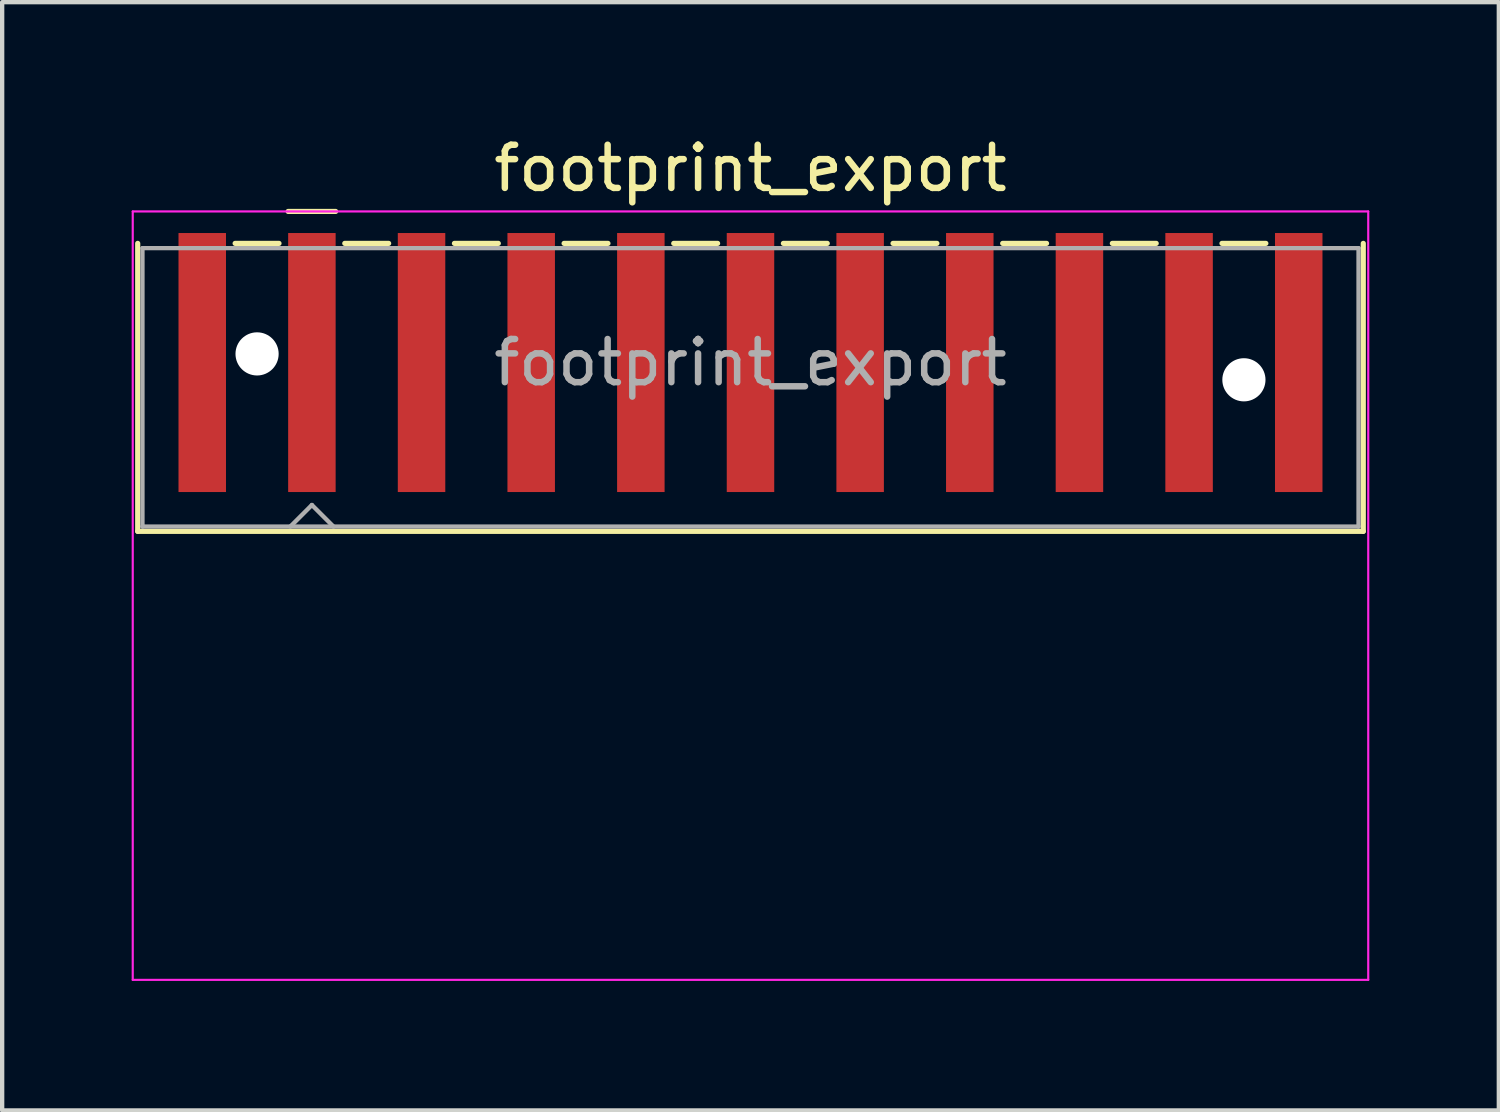
<source format=kicad_pcb>
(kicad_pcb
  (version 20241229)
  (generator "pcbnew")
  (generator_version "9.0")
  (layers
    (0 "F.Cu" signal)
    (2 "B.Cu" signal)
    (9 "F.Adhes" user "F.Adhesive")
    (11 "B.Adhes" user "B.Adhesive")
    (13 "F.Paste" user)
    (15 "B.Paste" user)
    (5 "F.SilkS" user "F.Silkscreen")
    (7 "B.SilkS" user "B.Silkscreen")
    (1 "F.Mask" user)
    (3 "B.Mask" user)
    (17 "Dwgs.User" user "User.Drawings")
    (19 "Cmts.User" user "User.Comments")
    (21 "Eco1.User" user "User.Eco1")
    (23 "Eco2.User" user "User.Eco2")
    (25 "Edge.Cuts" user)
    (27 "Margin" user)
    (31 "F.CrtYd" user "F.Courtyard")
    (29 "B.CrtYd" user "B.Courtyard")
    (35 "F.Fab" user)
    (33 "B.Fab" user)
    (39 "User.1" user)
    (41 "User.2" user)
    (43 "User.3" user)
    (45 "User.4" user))
  (footprint "footprint_export"
    (layer "F.Cu")
    (at 14.335 6.648)
    (property "Reference" "footprint_export" (at 0 -5.8 0) (layer "F.SilkS") (effects (font (size 1 1) (thickness 0.15))))
    (attr smd)
    (fp_line (start -14.195 -4.06) (end -14.195 2.61) (stroke (width 0.12) (type solid)) (layer "F.SilkS"))
    (fp_line (start -11.938 -4.06) (end -10.922 -4.06) (stroke (width 0.12) (type solid)) (layer "F.SilkS"))
    (fp_line (start -10.71 -4.8) (end -9.61 -4.8) (stroke (width 0.12) (type solid)) (layer "F.SilkS"))
    (fp_line (start -9.398 -4.06) (end -8.382 -4.06) (stroke (width 0.12) (type solid)) (layer "F.SilkS"))
    (fp_line (start -6.858 -4.06) (end -5.842 -4.06) (stroke (width 0.12) (type solid)) (layer "F.SilkS"))
    (fp_line (start -4.318 -4.06) (end -3.302 -4.06) (stroke (width 0.12) (type solid)) (layer "F.SilkS"))
    (fp_line (start -1.778 -4.06) (end -0.762 -4.06) (stroke (width 0.12) (type solid)) (layer "F.SilkS"))
    (fp_line (start 0.762 -4.06) (end 1.778 -4.06) (stroke (width 0.12) (type solid)) (layer "F.SilkS"))
    (fp_line (start 3.302 -4.06) (end 4.318 -4.06) (stroke (width 0.12) (type solid)) (layer "F.SilkS"))
    (fp_line (start 5.842 -4.06) (end 6.858 -4.06) (stroke (width 0.12) (type solid)) (layer "F.SilkS"))
    (fp_line (start 8.382 -4.06) (end 9.398 -4.06) (stroke (width 0.12) (type solid)) (layer "F.SilkS"))
    (fp_line (start 10.922 -4.06) (end 11.938 -4.06) (stroke (width 0.12) (type solid)) (layer "F.SilkS"))
    (fp_line (start 14.195 -4.06) (end 14.195 2.61) (stroke (width 0.12) (type solid)) (layer "F.SilkS"))
    (fp_line (start 14.195 2.61) (end -14.195 2.61) (stroke (width 0.12) (type solid)) (layer "F.SilkS"))
    (fp_line (start -14.31 -4.8) (end -14.31 13) (stroke (width 0.05) (type solid)) (layer "F.CrtYd"))
    (fp_line (start -14.31 13) (end 14.31 13) (stroke (width 0.05) (type solid)) (layer "F.CrtYd"))
    (fp_line (start 14.31 -4.8) (end -14.31 -4.8) (stroke (width 0.05) (type solid)) (layer "F.CrtYd"))
    (fp_line (start 14.31 13) (end 14.31 -4.8) (stroke (width 0.05) (type solid)) (layer "F.CrtYd"))
    (fp_line (start -14.085 -3.95) (end -14.085 2.5) (stroke (width 0.1) (type solid)) (layer "F.Fab"))
    (fp_line (start -14.085 2.5) (end 14.085 2.5) (stroke (width 0.1) (type solid)) (layer "F.Fab"))
    (fp_line (start -10.66 2.5) (end -10.16 2) (stroke (width 0.1) (type solid)) (layer "F.Fab"))
    (fp_line (start -10.16 2) (end -9.66 2.5) (stroke (width 0.1) (type solid)) (layer "F.Fab"))
    (fp_line (start 14.085 -3.95) (end -14.085 -3.95) (stroke (width 0.1) (type solid)) (layer "F.Fab"))
    (fp_line (start 14.085 2.5) (end 14.085 -3.95) (stroke (width 0.1) (type solid)) (layer "F.Fab"))
    (fp_text user "${REFERENCE}" (at 0 -1.3 0) (layer "F.Fab") (effects (font (size 1 1) (thickness 0.15))))
    (pad "" np_thru_hole circle (at -11.43 -1.5) (size 1 1) (drill 1) (layers "*.Cu" "*.Mask"))
    (pad "" np_thru_hole circle (at 11.43 -0.9) (size 1 1) (drill 1) (layers "*.Cu" "*.Mask"))
    (pad "1" smd rect (at -10.16 -1.3) (size 1.1 6) (layers "F.Cu" "F.Mask" "F.Paste"))
    (pad "2" smd rect (at -7.62 -1.3) (size 1.1 6) (layers "F.Cu" "F.Mask" "F.Paste"))
    (pad "3" smd rect (at -5.08 -1.3) (size 1.1 6) (layers "F.Cu" "F.Mask" "F.Paste"))
    (pad "4" smd rect (at -2.54 -1.3) (size 1.1 6) (layers "F.Cu" "F.Mask" "F.Paste"))
    (pad "5" smd rect (at 0 -1.3) (size 1.1 6) (layers "F.Cu" "F.Mask" "F.Paste"))
    (pad "6" smd rect (at 2.54 -1.3) (size 1.1 6) (layers "F.Cu" "F.Mask" "F.Paste"))
    (pad "7" smd rect (at 5.08 -1.3) (size 1.1 6) (layers "F.Cu" "F.Mask" "F.Paste"))
    (pad "8" smd rect (at 7.62 -1.3) (size 1.1 6) (layers "F.Cu" "F.Mask" "F.Paste"))
    (pad "9" smd rect (at 10.16 -1.3) (size 1.1 6) (layers "F.Cu" "F.Mask" "F.Paste"))
    (pad "MP" smd rect (at -12.7 -1.3) (size 1.1 6) (layers "F.Cu" "F.Mask" "F.Paste"))
    (pad "MP" smd rect (at 12.7 -1.3) (size 1.1 6) (layers "F.Cu" "F.Mask" "F.Paste")))
  (gr_rect
    (start -3 -3)
    (end 31.67 22.673)
    (stroke (width 0.1) (type default))
    (fill no)
    (layer "Edge.Cuts")))
</source>
